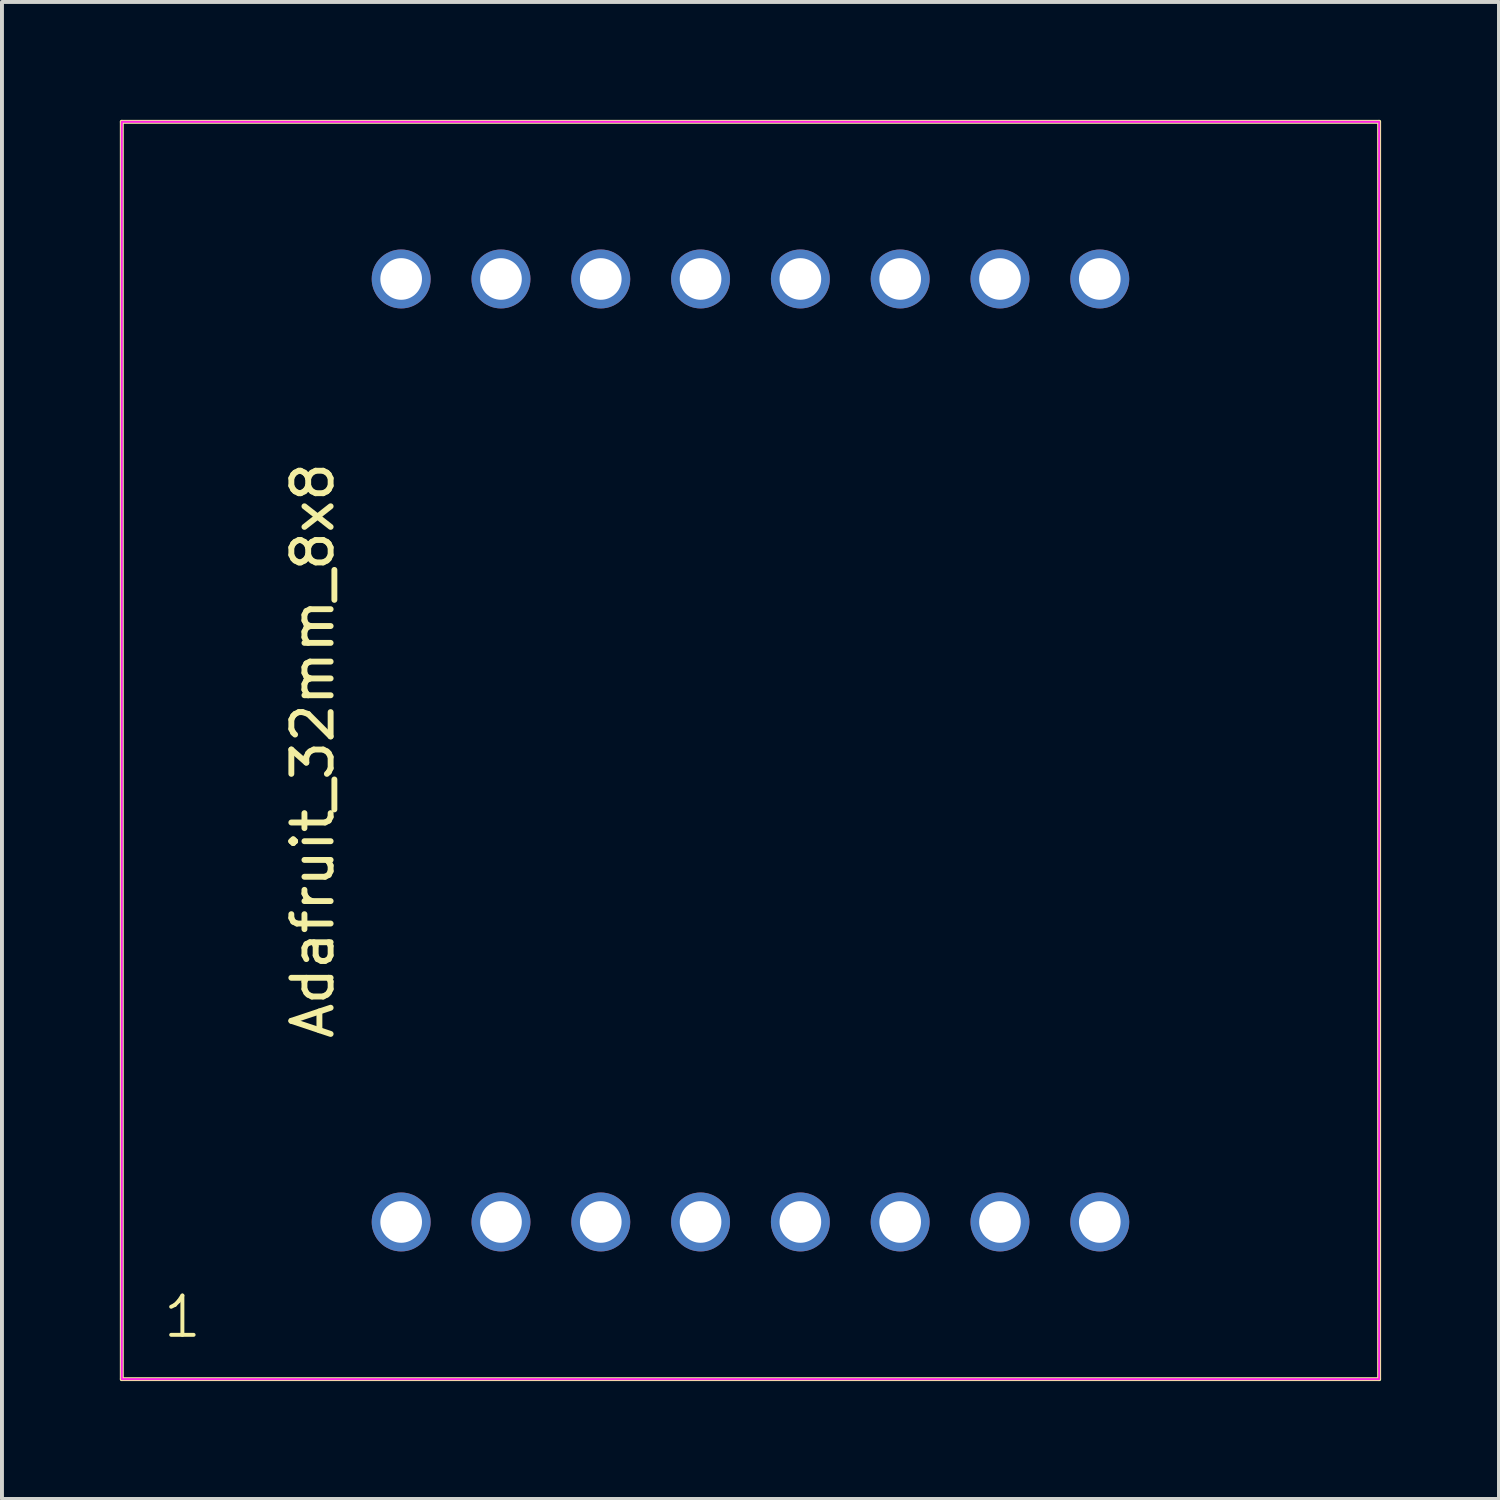
<source format=kicad_pcb>
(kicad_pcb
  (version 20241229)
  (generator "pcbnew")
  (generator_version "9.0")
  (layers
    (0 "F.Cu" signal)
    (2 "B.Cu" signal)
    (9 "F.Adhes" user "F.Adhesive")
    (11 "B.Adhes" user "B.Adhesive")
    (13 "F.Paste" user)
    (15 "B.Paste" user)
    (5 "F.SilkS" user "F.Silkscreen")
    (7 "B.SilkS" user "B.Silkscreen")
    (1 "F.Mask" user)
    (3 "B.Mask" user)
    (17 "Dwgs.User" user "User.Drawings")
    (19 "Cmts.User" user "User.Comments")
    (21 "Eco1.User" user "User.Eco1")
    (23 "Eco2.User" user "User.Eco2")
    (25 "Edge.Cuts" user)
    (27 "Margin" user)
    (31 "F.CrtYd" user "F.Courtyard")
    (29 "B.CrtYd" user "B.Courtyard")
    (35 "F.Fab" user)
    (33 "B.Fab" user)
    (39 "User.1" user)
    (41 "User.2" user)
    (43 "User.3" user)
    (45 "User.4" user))
  (footprint "Adafruit_32mm_8x8"
    (layer "F.Cu")
    (at 16.05 16.05)
    (property "Reference" "Adafruit_32mm_8x8" (at -11.14 0 90) (layer "F.SilkS") (effects (font (size 1 1) (thickness 0.15))))
    (attr through_hole)
    (fp_line (start -16 -16) (end 16 -16) (stroke (width 0.1) (type default)) (layer "F.SilkS"))
    (fp_line (start -16 16) (end -16 -16) (stroke (width 0.1) (type default)) (layer "F.SilkS"))
    (fp_line (start 16 -16) (end 16 16) (stroke (width 0.1) (type default)) (layer "F.SilkS"))
    (fp_line (start 16 16) (end -16 16) (stroke (width 0.1) (type default)) (layer "F.SilkS"))
    (fp_rect (start -16 -16) (end 16 16) (stroke (width 0.05) (type default)) (fill no) (layer "F.CrtYd"))
    (fp_text user "1" (at -15 15 0) (unlocked yes) (layer "F.SilkS") (effects (font (size 1 1) (thickness 0.1)) (justify left bottom)))
    (pad "1" thru_hole circle (at -8.89 12) (size 1.5 1.5) (drill 1.06) (layers "*.Cu" "*.Mask"))
    (pad "2" thru_hole circle (at -6.35 12) (size 1.5 1.5) (drill 1.06) (layers "*.Cu" "*.Mask"))
    (pad "3" thru_hole circle (at -3.81 12) (size 1.5 1.5) (drill 1.06) (layers "*.Cu" "*.Mask"))
    (pad "4" thru_hole circle (at -1.27 12) (size 1.5 1.5) (drill 1.06) (layers "*.Cu" "*.Mask"))
    (pad "5" thru_hole circle (at 1.27 12) (size 1.5 1.5) (drill 1.06) (layers "*.Cu" "*.Mask"))
    (pad "6" thru_hole circle (at 3.81 12) (size 1.5 1.5) (drill 1.06) (layers "*.Cu" "*.Mask"))
    (pad "7" thru_hole circle (at 6.35 12) (size 1.5 1.5) (drill 1.06) (layers "*.Cu" "*.Mask"))
    (pad "8" thru_hole circle (at 8.89 12) (size 1.5 1.5) (drill 1.06) (layers "*.Cu" "*.Mask"))
    (pad "9" thru_hole circle (at 8.89 -12) (size 1.5 1.5) (drill 1.06) (layers "*.Cu" "*.Mask"))
    (pad "10" thru_hole circle (at 6.35 -12) (size 1.5 1.5) (drill 1.06) (layers "*.Cu" "*.Mask"))
    (pad "11" thru_hole circle (at 3.81 -12) (size 1.5 1.5) (drill 1.06) (layers "*.Cu" "*.Mask"))
    (pad "12" thru_hole circle (at 1.27 -12) (size 1.5 1.5) (drill 1.06) (layers "*.Cu" "*.Mask"))
    (pad "13" thru_hole circle (at -1.27 -12) (size 1.5 1.5) (drill 1.06) (layers "*.Cu" "*.Mask"))
    (pad "14" thru_hole circle (at -3.81 -12) (size 1.5 1.5) (drill 1.06) (layers "*.Cu" "*.Mask"))
    (pad "15" thru_hole circle (at -6.35 -12) (size 1.5 1.5) (drill 1.06) (layers "*.Cu" "*.Mask"))
    (pad "16" thru_hole circle (at -8.89 -12) (size 1.5 1.5) (drill 1.06) (layers "*.Cu" "*.Mask")))
  (gr_rect
    (start -3 -3)
    (end 35.1 35.1)
    (stroke (width 0.1) (type default))
    (fill no)
    (layer "Edge.Cuts")))
</source>
